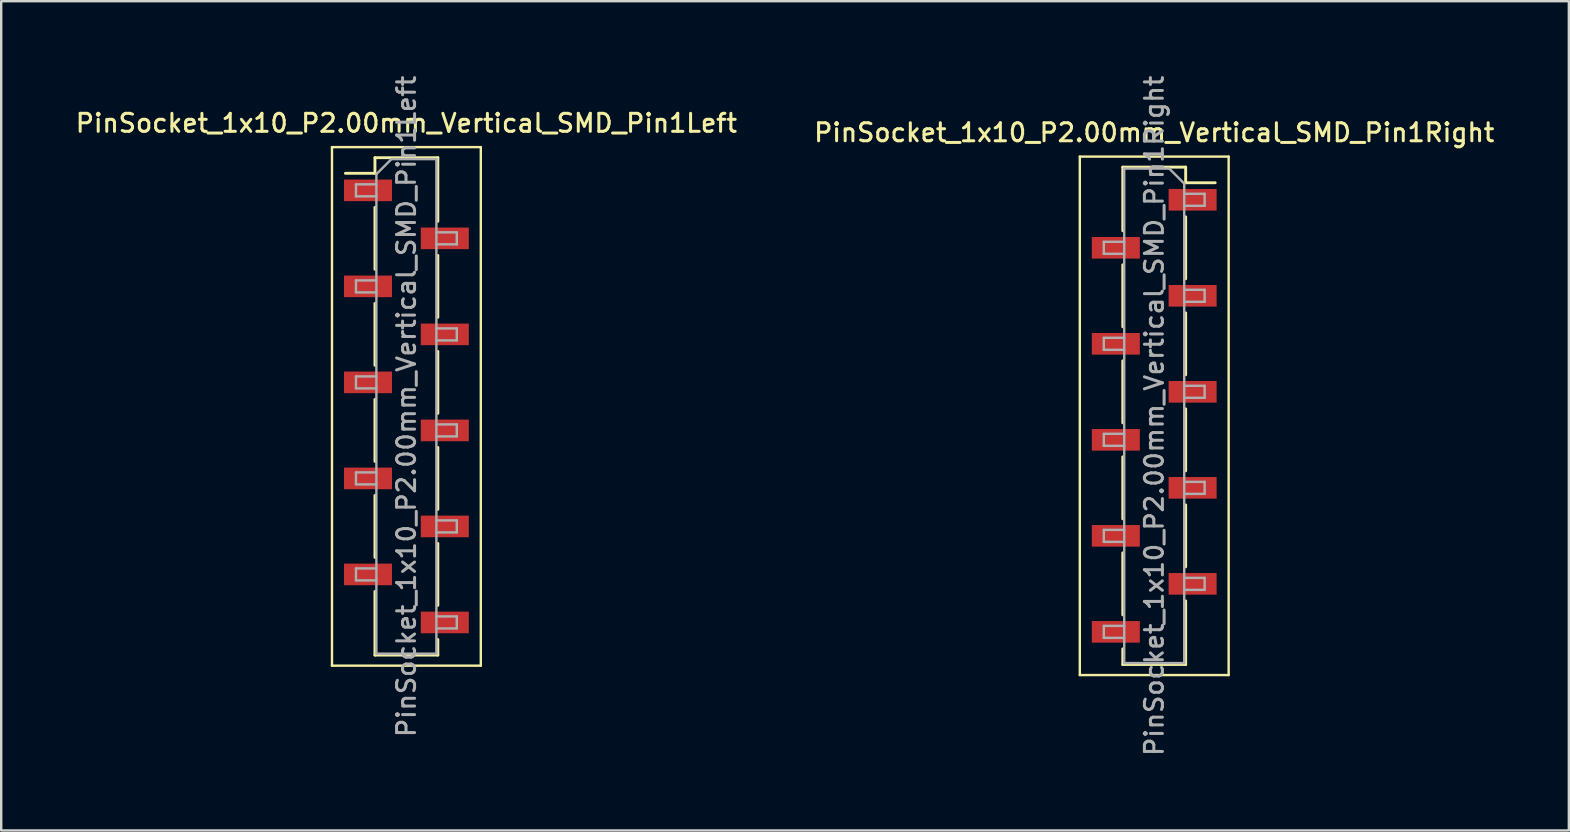
<source format=kicad_pcb>
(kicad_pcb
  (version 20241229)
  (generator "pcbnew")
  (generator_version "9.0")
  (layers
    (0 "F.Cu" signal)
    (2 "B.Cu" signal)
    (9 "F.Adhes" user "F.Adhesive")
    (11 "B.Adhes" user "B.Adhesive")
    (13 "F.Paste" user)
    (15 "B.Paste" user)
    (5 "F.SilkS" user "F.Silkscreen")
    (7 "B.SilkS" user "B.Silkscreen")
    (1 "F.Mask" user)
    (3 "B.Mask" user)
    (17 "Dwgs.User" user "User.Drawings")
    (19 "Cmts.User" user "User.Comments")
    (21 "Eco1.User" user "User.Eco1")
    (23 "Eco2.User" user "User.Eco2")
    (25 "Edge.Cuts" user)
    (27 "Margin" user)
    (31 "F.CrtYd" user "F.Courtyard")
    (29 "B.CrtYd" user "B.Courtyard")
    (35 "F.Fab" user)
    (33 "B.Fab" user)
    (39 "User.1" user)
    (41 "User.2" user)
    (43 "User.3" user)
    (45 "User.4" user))
  (footprint "PinSocket_1x10_P2.00mm_Vertical_SMD_Pin1Left"
    (layer "F.Cu")
    (at 13.88 13.88)
    (property "Reference" "PinSocket_1x10_P2.00mm_Vertical_SMD_Pin1Left" (at 0 -11.8 0) (layer "F.SilkS") (effects (font (size 0.75 0.75) (thickness 0.125))))
    (attr smd)
    (fp_line (start -3.1 -10.8) (end 3.1 -10.8) (stroke (width 0.1) (type solid)) (layer "F.SilkS"))
    (fp_line (start -3.1 10.8) (end -3.1 -10.8) (stroke (width 0.1) (type solid)) (layer "F.SilkS"))
    (fp_line (start -2.54 -9.71) (end -1.31 -9.71) (stroke (width 0.12) (type solid)) (layer "F.SilkS"))
    (fp_line (start -1.31 -10.36) (end -1.31 -9.71) (stroke (width 0.12) (type solid)) (layer "F.SilkS"))
    (fp_line (start -1.31 -10.36) (end 1.31 -10.36) (stroke (width 0.12) (type solid)) (layer "F.SilkS"))
    (fp_line (start -1.31 -8.29) (end -1.31 -5.71) (stroke (width 0.12) (type solid)) (layer "F.SilkS"))
    (fp_line (start -1.31 -4.29) (end -1.31 -1.71) (stroke (width 0.12) (type solid)) (layer "F.SilkS"))
    (fp_line (start -1.31 -0.29) (end -1.31 2.29) (stroke (width 0.12) (type solid)) (layer "F.SilkS"))
    (fp_line (start -1.31 3.71) (end -1.31 6.29) (stroke (width 0.12) (type solid)) (layer "F.SilkS"))
    (fp_line (start -1.31 7.71) (end -1.31 10.36) (stroke (width 0.12) (type solid)) (layer "F.SilkS"))
    (fp_line (start -1.31 10.36) (end 1.31 10.36) (stroke (width 0.12) (type solid)) (layer "F.SilkS"))
    (fp_line (start 1.31 -10.36) (end 1.31 -7.71) (stroke (width 0.12) (type solid)) (layer "F.SilkS"))
    (fp_line (start 1.31 -6.29) (end 1.31 -3.71) (stroke (width 0.12) (type solid)) (layer "F.SilkS"))
    (fp_line (start 1.31 -2.29) (end 1.31 0.29) (stroke (width 0.12) (type solid)) (layer "F.SilkS"))
    (fp_line (start 1.31 1.71) (end 1.31 4.29) (stroke (width 0.12) (type solid)) (layer "F.SilkS"))
    (fp_line (start 1.31 5.71) (end 1.31 8.29) (stroke (width 0.12) (type solid)) (layer "F.SilkS"))
    (fp_line (start 1.31 9.71) (end 1.31 10.36) (stroke (width 0.12) (type solid)) (layer "F.SilkS"))
    (fp_line (start 3.1 -10.8) (end 3.1 10.8) (stroke (width 0.1) (type solid)) (layer "F.SilkS"))
    (fp_line (start 3.1 10.8) (end -3.1 10.8) (stroke (width 0.1) (type solid)) (layer "F.SilkS"))
    (fp_line (start -2.1 -9.25) (end -1.25 -9.25) (stroke (width 0.1) (type solid)) (layer "F.Fab"))
    (fp_line (start -2.1 -8.75) (end -2.1 -9.25) (stroke (width 0.1) (type solid)) (layer "F.Fab"))
    (fp_line (start -2.1 -5.25) (end -1.25 -5.25) (stroke (width 0.1) (type solid)) (layer "F.Fab"))
    (fp_line (start -2.1 -4.75) (end -2.1 -5.25) (stroke (width 0.1) (type solid)) (layer "F.Fab"))
    (fp_line (start -2.1 -1.25) (end -1.25 -1.25) (stroke (width 0.1) (type solid)) (layer "F.Fab"))
    (fp_line (start -2.1 -0.75) (end -2.1 -1.25) (stroke (width 0.1) (type solid)) (layer "F.Fab"))
    (fp_line (start -2.1 2.75) (end -1.25 2.75) (stroke (width 0.1) (type solid)) (layer "F.Fab"))
    (fp_line (start -2.1 3.25) (end -2.1 2.75) (stroke (width 0.1) (type solid)) (layer "F.Fab"))
    (fp_line (start -2.1 6.75) (end -1.25 6.75) (stroke (width 0.1) (type solid)) (layer "F.Fab"))
    (fp_line (start -2.1 7.25) (end -2.1 6.75) (stroke (width 0.1) (type solid)) (layer "F.Fab"))
    (fp_line (start -1.25 -9.675) (end -0.625 -10.3) (stroke (width 0.1) (type solid)) (layer "F.Fab"))
    (fp_line (start -1.25 -8.75) (end -2.1 -8.75) (stroke (width 0.1) (type solid)) (layer "F.Fab"))
    (fp_line (start -1.25 -4.75) (end -2.1 -4.75) (stroke (width 0.1) (type solid)) (layer "F.Fab"))
    (fp_line (start -1.25 -0.75) (end -2.1 -0.75) (stroke (width 0.1) (type solid)) (layer "F.Fab"))
    (fp_line (start -1.25 3.25) (end -2.1 3.25) (stroke (width 0.1) (type solid)) (layer "F.Fab"))
    (fp_line (start -1.25 7.25) (end -2.1 7.25) (stroke (width 0.1) (type solid)) (layer "F.Fab"))
    (fp_line (start -1.25 10.3) (end -1.25 -9.675) (stroke (width 0.1) (type solid)) (layer "F.Fab"))
    (fp_line (start -0.625 -10.3) (end 1.25 -10.3) (stroke (width 0.1) (type solid)) (layer "F.Fab"))
    (fp_line (start 1.25 -10.3) (end 1.25 10.3) (stroke (width 0.1) (type solid)) (layer "F.Fab"))
    (fp_line (start 1.25 -7.25) (end 2.1 -7.25) (stroke (width 0.1) (type solid)) (layer "F.Fab"))
    (fp_line (start 1.25 -3.25) (end 2.1 -3.25) (stroke (width 0.1) (type solid)) (layer "F.Fab"))
    (fp_line (start 1.25 0.75) (end 2.1 0.75) (stroke (width 0.1) (type solid)) (layer "F.Fab"))
    (fp_line (start 1.25 4.75) (end 2.1 4.75) (stroke (width 0.1) (type solid)) (layer "F.Fab"))
    (fp_line (start 1.25 8.75) (end 2.1 8.75) (stroke (width 0.1) (type solid)) (layer "F.Fab"))
    (fp_line (start 1.25 10.3) (end -1.25 10.3) (stroke (width 0.1) (type solid)) (layer "F.Fab"))
    (fp_line (start 2.1 -7.25) (end 2.1 -6.75) (stroke (width 0.1) (type solid)) (layer "F.Fab"))
    (fp_line (start 2.1 -6.75) (end 1.25 -6.75) (stroke (width 0.1) (type solid)) (layer "F.Fab"))
    (fp_line (start 2.1 -3.25) (end 2.1 -2.75) (stroke (width 0.1) (type solid)) (layer "F.Fab"))
    (fp_line (start 2.1 -2.75) (end 1.25 -2.75) (stroke (width 0.1) (type solid)) (layer "F.Fab"))
    (fp_line (start 2.1 0.75) (end 2.1 1.25) (stroke (width 0.1) (type solid)) (layer "F.Fab"))
    (fp_line (start 2.1 1.25) (end 1.25 1.25) (stroke (width 0.1) (type solid)) (layer "F.Fab"))
    (fp_line (start 2.1 4.75) (end 2.1 5.25) (stroke (width 0.1) (type solid)) (layer "F.Fab"))
    (fp_line (start 2.1 5.25) (end 1.25 5.25) (stroke (width 0.1) (type solid)) (layer "F.Fab"))
    (fp_line (start 2.1 8.75) (end 2.1 9.25) (stroke (width 0.1) (type solid)) (layer "F.Fab"))
    (fp_line (start 2.1 9.25) (end 1.25 9.25) (stroke (width 0.1) (type solid)) (layer "F.Fab"))
    (fp_text user "${REFERENCE}" (at 0 0 90) (layer "F.Fab") (effects (font (size 0.75 0.75) (thickness 0.125))))
    (pad "1" smd rect (at -1.6 -9) (size 2 0.9) (layers "F.Cu" "F.Mask" "F.Paste"))
    (pad "2" smd rect (at 1.6 -7) (size 2 0.9) (layers "F.Cu" "F.Mask" "F.Paste"))
    (pad "3" smd rect (at -1.6 -5) (size 2 0.9) (layers "F.Cu" "F.Mask" "F.Paste"))
    (pad "4" smd rect (at 1.6 -3) (size 2 0.9) (layers "F.Cu" "F.Mask" "F.Paste"))
    (pad "5" smd rect (at -1.6 -1) (size 2 0.9) (layers "F.Cu" "F.Mask" "F.Paste"))
    (pad "6" smd rect (at 1.6 1) (size 2 0.9) (layers "F.Cu" "F.Mask" "F.Paste"))
    (pad "7" smd rect (at -1.6 3) (size 2 0.9) (layers "F.Cu" "F.Mask" "F.Paste"))
    (pad "8" smd rect (at 1.6 5) (size 2 0.9) (layers "F.Cu" "F.Mask" "F.Paste"))
    (pad "9" smd rect (at -1.6 7) (size 2 0.9) (layers "F.Cu" "F.Mask" "F.Paste"))
    (pad "10" smd rect (at 1.6 9) (size 2 0.9) (layers "F.Cu" "F.Mask" "F.Paste")))
  (footprint "PinSocket_1x10_P2.00mm_Vertical_SMD_Pin1Right"
    (layer "F.Cu")
    (at 45.034 14.273)
    (property "Reference" "PinSocket_1x10_P2.00mm_Vertical_SMD_Pin1Right" (at 0 -11.8 0) (layer "F.SilkS") (effects (font (size 0.75 0.75) (thickness 0.125))))
    (attr smd)
    (fp_line (start -3.1 -10.8) (end 3.1 -10.8) (stroke (width 0.1) (type solid)) (layer "F.SilkS"))
    (fp_line (start -3.1 10.8) (end -3.1 -10.8) (stroke (width 0.1) (type solid)) (layer "F.SilkS"))
    (fp_line (start -1.31 -10.36) (end -1.31 -7.71) (stroke (width 0.12) (type solid)) (layer "F.SilkS"))
    (fp_line (start -1.31 -10.36) (end 1.31 -10.36) (stroke (width 0.12) (type solid)) (layer "F.SilkS"))
    (fp_line (start -1.31 -6.29) (end -1.31 -3.71) (stroke (width 0.12) (type solid)) (layer "F.SilkS"))
    (fp_line (start -1.31 -2.29) (end -1.31 0.29) (stroke (width 0.12) (type solid)) (layer "F.SilkS"))
    (fp_line (start -1.31 1.71) (end -1.31 4.29) (stroke (width 0.12) (type solid)) (layer "F.SilkS"))
    (fp_line (start -1.31 5.71) (end -1.31 8.29) (stroke (width 0.12) (type solid)) (layer "F.SilkS"))
    (fp_line (start -1.31 9.71) (end -1.31 10.36) (stroke (width 0.12) (type solid)) (layer "F.SilkS"))
    (fp_line (start -1.31 10.36) (end 1.31 10.36) (stroke (width 0.12) (type solid)) (layer "F.SilkS"))
    (fp_line (start 1.31 -10.36) (end 1.31 -9.71) (stroke (width 0.12) (type solid)) (layer "F.SilkS"))
    (fp_line (start 1.31 -9.71) (end 2.54 -9.71) (stroke (width 0.12) (type solid)) (layer "F.SilkS"))
    (fp_line (start 1.31 -8.29) (end 1.31 -5.71) (stroke (width 0.12) (type solid)) (layer "F.SilkS"))
    (fp_line (start 1.31 -4.29) (end 1.31 -1.71) (stroke (width 0.12) (type solid)) (layer "F.SilkS"))
    (fp_line (start 1.31 -0.29) (end 1.31 2.29) (stroke (width 0.12) (type solid)) (layer "F.SilkS"))
    (fp_line (start 1.31 3.71) (end 1.31 6.29) (stroke (width 0.12) (type solid)) (layer "F.SilkS"))
    (fp_line (start 1.31 7.71) (end 1.31 10.36) (stroke (width 0.12) (type solid)) (layer "F.SilkS"))
    (fp_line (start 3.1 -10.8) (end 3.1 10.8) (stroke (width 0.1) (type solid)) (layer "F.SilkS"))
    (fp_line (start 3.1 10.8) (end -3.1 10.8) (stroke (width 0.1) (type solid)) (layer "F.SilkS"))
    (fp_line (start -2.1 -7.25) (end -1.25 -7.25) (stroke (width 0.1) (type solid)) (layer "F.Fab"))
    (fp_line (start -2.1 -6.75) (end -2.1 -7.25) (stroke (width 0.1) (type solid)) (layer "F.Fab"))
    (fp_line (start -2.1 -3.25) (end -1.25 -3.25) (stroke (width 0.1) (type solid)) (layer "F.Fab"))
    (fp_line (start -2.1 -2.75) (end -2.1 -3.25) (stroke (width 0.1) (type solid)) (layer "F.Fab"))
    (fp_line (start -2.1 0.75) (end -1.25 0.75) (stroke (width 0.1) (type solid)) (layer "F.Fab"))
    (fp_line (start -2.1 1.25) (end -2.1 0.75) (stroke (width 0.1) (type solid)) (layer "F.Fab"))
    (fp_line (start -2.1 4.75) (end -1.25 4.75) (stroke (width 0.1) (type solid)) (layer "F.Fab"))
    (fp_line (start -2.1 5.25) (end -2.1 4.75) (stroke (width 0.1) (type solid)) (layer "F.Fab"))
    (fp_line (start -2.1 8.75) (end -1.25 8.75) (stroke (width 0.1) (type solid)) (layer "F.Fab"))
    (fp_line (start -2.1 9.25) (end -2.1 8.75) (stroke (width 0.1) (type solid)) (layer "F.Fab"))
    (fp_line (start -1.25 -10.3) (end 0.625 -10.3) (stroke (width 0.1) (type solid)) (layer "F.Fab"))
    (fp_line (start -1.25 -6.75) (end -2.1 -6.75) (stroke (width 0.1) (type solid)) (layer "F.Fab"))
    (fp_line (start -1.25 -2.75) (end -2.1 -2.75) (stroke (width 0.1) (type solid)) (layer "F.Fab"))
    (fp_line (start -1.25 1.25) (end -2.1 1.25) (stroke (width 0.1) (type solid)) (layer "F.Fab"))
    (fp_line (start -1.25 5.25) (end -2.1 5.25) (stroke (width 0.1) (type solid)) (layer "F.Fab"))
    (fp_line (start -1.25 9.25) (end -2.1 9.25) (stroke (width 0.1) (type solid)) (layer "F.Fab"))
    (fp_line (start -1.25 10.3) (end -1.25 -10.3) (stroke (width 0.1) (type solid)) (layer "F.Fab"))
    (fp_line (start 0.625 -10.3) (end 1.25 -9.675) (stroke (width 0.1) (type solid)) (layer "F.Fab"))
    (fp_line (start 1.25 -9.675) (end 1.25 10.3) (stroke (width 0.1) (type solid)) (layer "F.Fab"))
    (fp_line (start 1.25 -9.25) (end 2.1 -9.25) (stroke (width 0.1) (type solid)) (layer "F.Fab"))
    (fp_line (start 1.25 -5.25) (end 2.1 -5.25) (stroke (width 0.1) (type solid)) (layer "F.Fab"))
    (fp_line (start 1.25 -1.25) (end 2.1 -1.25) (stroke (width 0.1) (type solid)) (layer "F.Fab"))
    (fp_line (start 1.25 2.75) (end 2.1 2.75) (stroke (width 0.1) (type solid)) (layer "F.Fab"))
    (fp_line (start 1.25 6.75) (end 2.1 6.75) (stroke (width 0.1) (type solid)) (layer "F.Fab"))
    (fp_line (start 1.25 10.3) (end -1.25 10.3) (stroke (width 0.1) (type solid)) (layer "F.Fab"))
    (fp_line (start 2.1 -9.25) (end 2.1 -8.75) (stroke (width 0.1) (type solid)) (layer "F.Fab"))
    (fp_line (start 2.1 -8.75) (end 1.25 -8.75) (stroke (width 0.1) (type solid)) (layer "F.Fab"))
    (fp_line (start 2.1 -5.25) (end 2.1 -4.75) (stroke (width 0.1) (type solid)) (layer "F.Fab"))
    (fp_line (start 2.1 -4.75) (end 1.25 -4.75) (stroke (width 0.1) (type solid)) (layer "F.Fab"))
    (fp_line (start 2.1 -1.25) (end 2.1 -0.75) (stroke (width 0.1) (type solid)) (layer "F.Fab"))
    (fp_line (start 2.1 -0.75) (end 1.25 -0.75) (stroke (width 0.1) (type solid)) (layer "F.Fab"))
    (fp_line (start 2.1 2.75) (end 2.1 3.25) (stroke (width 0.1) (type solid)) (layer "F.Fab"))
    (fp_line (start 2.1 3.25) (end 1.25 3.25) (stroke (width 0.1) (type solid)) (layer "F.Fab"))
    (fp_line (start 2.1 6.75) (end 2.1 7.25) (stroke (width 0.1) (type solid)) (layer "F.Fab"))
    (fp_line (start 2.1 7.25) (end 1.25 7.25) (stroke (width 0.1) (type solid)) (layer "F.Fab"))
    (fp_text user "${REFERENCE}" (at 0 0 90) (layer "F.Fab") (effects (font (size 0.75 0.75) (thickness 0.125))))
    (pad "1" smd rect (at 1.6 -9) (size 2 0.9) (layers "F.Cu" "F.Mask" "F.Paste"))
    (pad "2" smd rect (at -1.6 -7) (size 2 0.9) (layers "F.Cu" "F.Mask" "F.Paste"))
    (pad "3" smd rect (at 1.6 -5) (size 2 0.9) (layers "F.Cu" "F.Mask" "F.Paste"))
    (pad "4" smd rect (at -1.6 -3) (size 2 0.9) (layers "F.Cu" "F.Mask" "F.Paste"))
    (pad "5" smd rect (at 1.6 -1) (size 2 0.9) (layers "F.Cu" "F.Mask" "F.Paste"))
    (pad "6" smd rect (at -1.6 1) (size 2 0.9) (layers "F.Cu" "F.Mask" "F.Paste"))
    (pad "7" smd rect (at 1.6 3) (size 2 0.9) (layers "F.Cu" "F.Mask" "F.Paste"))
    (pad "8" smd rect (at -1.6 5) (size 2 0.9) (layers "F.Cu" "F.Mask" "F.Paste"))
    (pad "9" smd rect (at 1.6 7) (size 2 0.9) (layers "F.Cu" "F.Mask" "F.Paste"))
    (pad "10" smd rect (at -1.6 9) (size 2 0.9) (layers "F.Cu" "F.Mask" "F.Paste")))
  (gr_rect
    (start -3 -3)
    (end 62.307 31.546)
    (stroke (width 0.1) (type default))
    (fill no)
    (layer "Edge.Cuts")))
</source>
